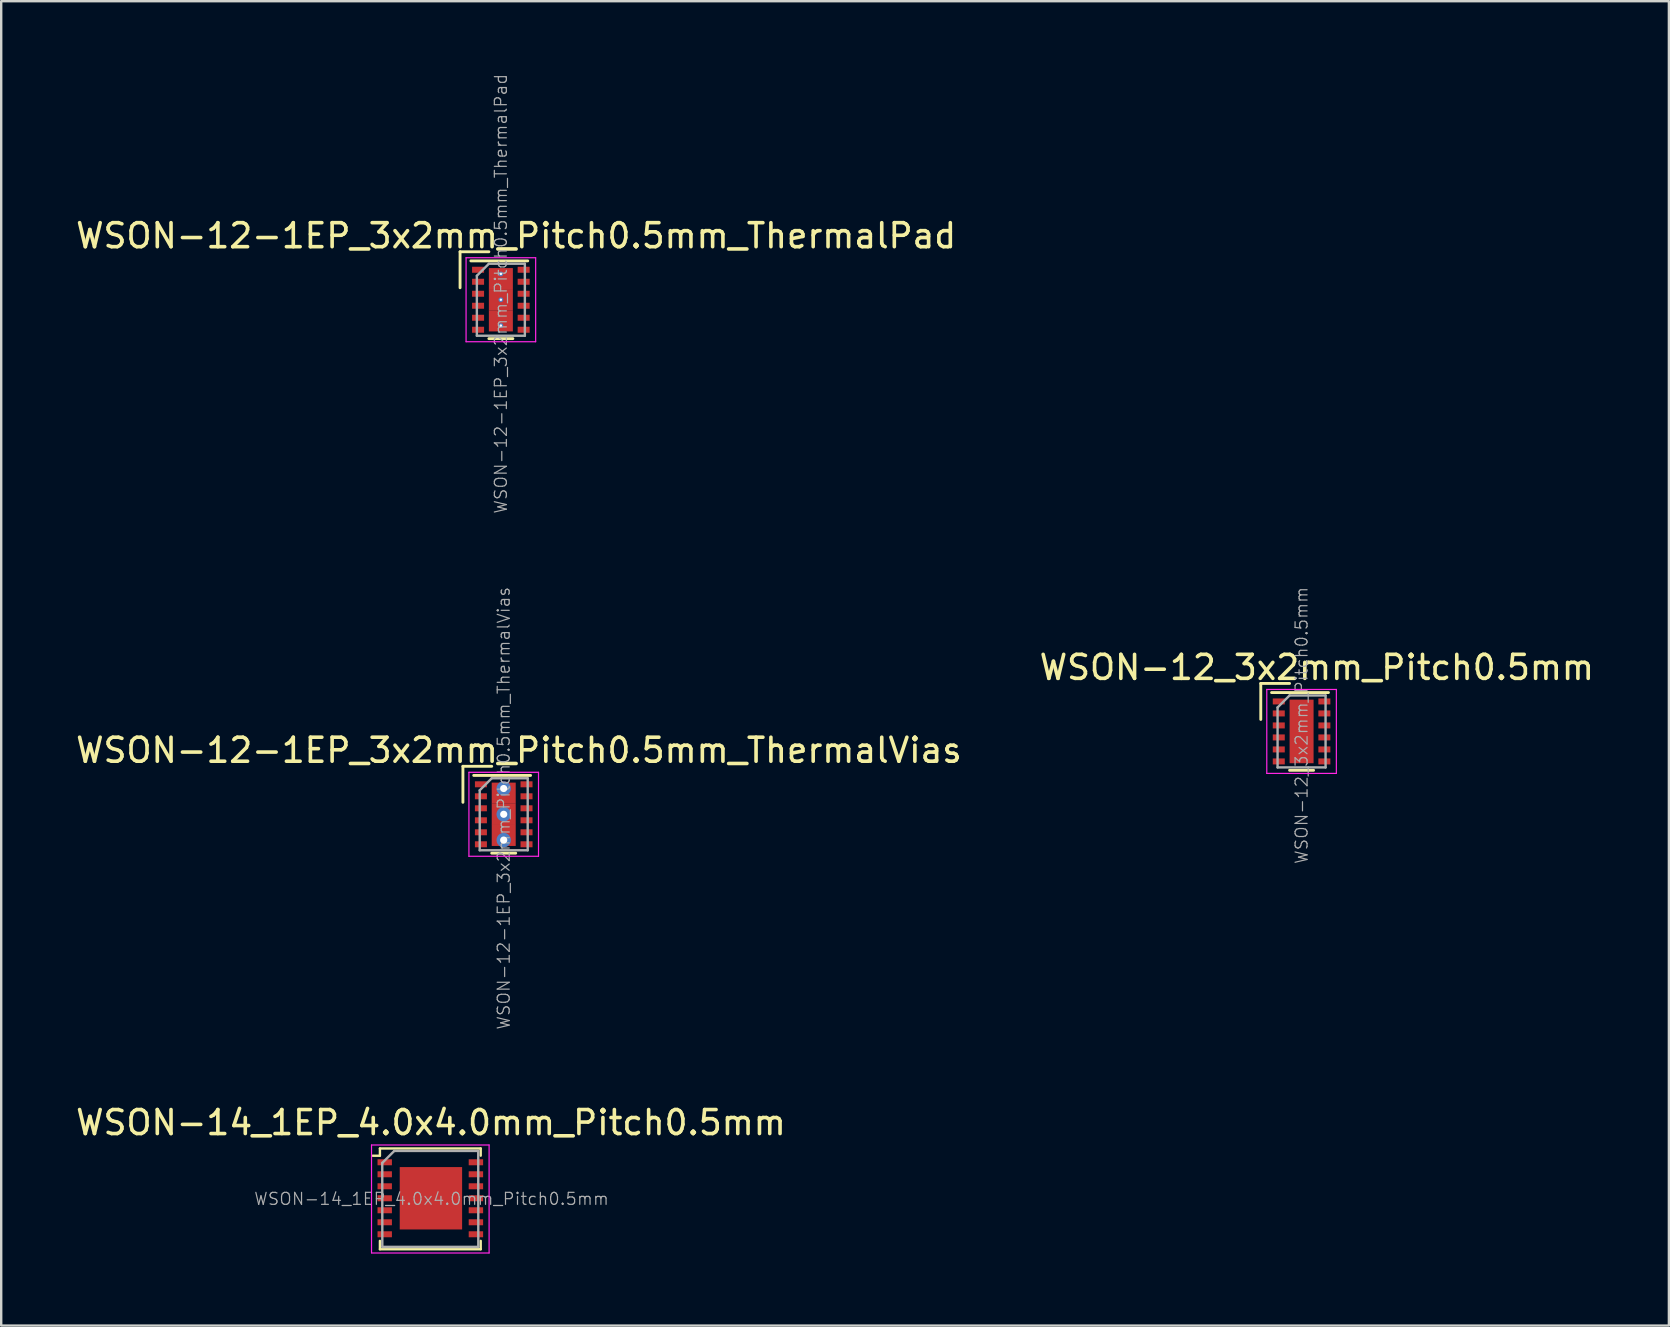
<source format=kicad_pcb>
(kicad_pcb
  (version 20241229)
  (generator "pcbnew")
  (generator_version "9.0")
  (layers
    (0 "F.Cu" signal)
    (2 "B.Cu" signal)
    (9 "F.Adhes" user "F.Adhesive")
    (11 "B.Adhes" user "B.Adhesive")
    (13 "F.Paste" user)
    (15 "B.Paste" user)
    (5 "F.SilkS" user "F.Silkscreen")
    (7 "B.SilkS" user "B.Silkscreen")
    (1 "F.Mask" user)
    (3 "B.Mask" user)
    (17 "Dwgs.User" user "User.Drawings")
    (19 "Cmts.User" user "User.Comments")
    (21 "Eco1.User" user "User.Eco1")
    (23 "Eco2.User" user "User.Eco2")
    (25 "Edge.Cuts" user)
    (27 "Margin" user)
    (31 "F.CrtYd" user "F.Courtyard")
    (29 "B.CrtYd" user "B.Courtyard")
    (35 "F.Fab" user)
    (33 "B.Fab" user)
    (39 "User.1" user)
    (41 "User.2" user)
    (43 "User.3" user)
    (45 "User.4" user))
  (footprint "WSON-12-1EP_3x2mm_Pitch0.5mm_ThermalVias"
    (layer "F.Cu")
    (at 17.942 30.885)
    (property "Reference" "WSON-12-1EP_3x2mm_Pitch0.5mm_ThermalVias" (at 0.635 -2.667 0) (layer "F.SilkS") (effects (font (size 1 1) (thickness 0.15))))
    (attr smd)
    (fp_line (start -1.7 -2) (end -0.5 -2) (stroke (width 0.12) (type solid)) (layer "F.SilkS"))
    (fp_line (start -1.7 -0.5) (end -1.7 -2) (stroke (width 0.12) (type solid)) (layer "F.SilkS"))
    (fp_line (start -1.25 -1.62) (end 1.12 -1.62) (stroke (width 0.12) (type solid)) (layer "F.SilkS"))
    (fp_line (start 0.5 1.62) (end -0.5 1.62) (stroke (width 0.12) (type solid)) (layer "F.SilkS"))
    (fp_line (start -1.45 -1.75) (end 1.45 -1.75) (stroke (width 0.05) (type solid)) (layer "F.CrtYd"))
    (fp_line (start -1.45 1.75) (end -1.45 -1.75) (stroke (width 0.05) (type solid)) (layer "F.CrtYd"))
    (fp_line (start 1.45 -1.75) (end 1.45 1.75) (stroke (width 0.05) (type solid)) (layer "F.CrtYd"))
    (fp_line (start 1.45 1.75) (end -1.45 1.75) (stroke (width 0.05) (type solid)) (layer "F.CrtYd"))
    (fp_line (start -1 -1) (end -0.5 -1.5) (stroke (width 0.1) (type solid)) (layer "F.Fab"))
    (fp_line (start -1 1.5) (end -1 -1) (stroke (width 0.1) (type solid)) (layer "F.Fab"))
    (fp_line (start -0.5 -1.5) (end 1 -1.5) (stroke (width 0.1) (type solid)) (layer "F.Fab"))
    (fp_line (start 1 -1.5) (end 1 1.5) (stroke (width 0.1) (type solid)) (layer "F.Fab"))
    (fp_line (start 1 1.5) (end -1 1.5) (stroke (width 0.1) (type solid)) (layer "F.Fab"))
    (fp_text user "${REFERENCE}" (at 0 -0.25 90) (layer "F.Fab") (effects (font (size 0.5 0.5) (thickness 0.05))))
    (pad "1" smd rect (at -0.95 -1.25) (size 0.5 0.25) (layers "F.Cu" "F.Mask" "F.Paste"))
    (pad "2" smd rect (at -0.95 -0.75) (size 0.5 0.25) (layers "F.Cu" "F.Mask" "F.Paste"))
    (pad "3" smd rect (at -0.95 -0.25) (size 0.5 0.25) (layers "F.Cu" "F.Mask" "F.Paste"))
    (pad "4" smd rect (at -0.95 0.25) (size 0.5 0.25) (layers "F.Cu" "F.Mask" "F.Paste"))
    (pad "5" smd rect (at -0.95 0.75) (size 0.5 0.25) (layers "F.Cu" "F.Mask" "F.Paste"))
    (pad "6" smd rect (at -0.95 1.25) (size 0.5 0.25) (layers "F.Cu" "F.Mask" "F.Paste"))
    (pad "7" smd rect (at 0.95 1.25) (size 0.5 0.25) (layers "F.Cu" "F.Mask" "F.Paste"))
    (pad "8" smd rect (at 0.95 0.75) (size 0.5 0.25) (layers "F.Cu" "F.Mask" "F.Paste"))
    (pad "9" smd rect (at 0.95 0.25) (size 0.5 0.25) (layers "F.Cu" "F.Mask" "F.Paste"))
    (pad "10" smd rect (at 0.95 -0.25) (size 0.5 0.25) (layers "F.Cu" "F.Mask" "F.Paste"))
    (pad "11" smd rect (at 0.95 -0.75) (size 0.5 0.25) (layers "F.Cu" "F.Mask" "F.Paste"))
    (pad "12" smd rect (at 0.95 -1.25) (size 0.5 0.25) (layers "F.Cu" "F.Mask" "F.Paste"))
    (pad "13" thru_hole circle (at 0 -1.075) (size 0.6 0.6) (drill 0.3) (layers "*.Cu" "*.Mask"))
    (pad "13" smd rect (at 0 -0.88) (size 1 0.88) (layers "F.Cu" "F.Mask" "F.Paste"))
    (pad "13" thru_hole circle (at 0 0) (size 0.6 0.6) (drill 0.3) (layers "*.Cu" "*.Mask"))
    (pad "13" smd rect (at 0 0) (size 1 0.89) (layers "F.Cu" "F.Mask" "F.Paste"))
    (pad "13" smd rect (at 0 0.88) (size 1 0.88) (layers "F.Cu" "F.Mask" "F.Paste"))
    (pad "13" thru_hole circle (at 0 1.075) (size 0.6 0.6) (drill 0.3) (layers "*.Cu" "*.Mask")))
  (footprint "WSON-12_3x2mm_Pitch0.5mm"
    (layer "F.Cu")
    (at 51.192 27.432)
    (property "Reference" "WSON-12_3x2mm_Pitch0.5mm" (at 0.635 -2.667 0) (layer "F.SilkS") (effects (font (size 1 1) (thickness 0.15))))
    (attr smd)
    (fp_line (start -1.7 -2) (end -0.5 -2) (stroke (width 0.12) (type solid)) (layer "F.SilkS"))
    (fp_line (start -1.7 -0.5) (end -1.7 -2) (stroke (width 0.12) (type solid)) (layer "F.SilkS"))
    (fp_line (start -1.25 -1.62) (end 1.12 -1.62) (stroke (width 0.12) (type solid)) (layer "F.SilkS"))
    (fp_line (start 0.5 1.62) (end -0.5 1.62) (stroke (width 0.12) (type solid)) (layer "F.SilkS"))
    (fp_line (start -1.45 -1.75) (end 1.45 -1.75) (stroke (width 0.05) (type solid)) (layer "F.CrtYd"))
    (fp_line (start -1.45 1.75) (end -1.45 -1.75) (stroke (width 0.05) (type solid)) (layer "F.CrtYd"))
    (fp_line (start 1.45 -1.75) (end 1.45 1.75) (stroke (width 0.05) (type solid)) (layer "F.CrtYd"))
    (fp_line (start 1.45 1.75) (end -1.45 1.75) (stroke (width 0.05) (type solid)) (layer "F.CrtYd"))
    (fp_line (start -1 -1) (end -0.5 -1.5) (stroke (width 0.1) (type solid)) (layer "F.Fab"))
    (fp_line (start -1 1.5) (end -1 -1) (stroke (width 0.1) (type solid)) (layer "F.Fab"))
    (fp_line (start -0.5 -1.5) (end 1 -1.5) (stroke (width 0.1) (type solid)) (layer "F.Fab"))
    (fp_line (start 1 -1.5) (end 1 1.5) (stroke (width 0.1) (type solid)) (layer "F.Fab"))
    (fp_line (start 1 1.5) (end -1 1.5) (stroke (width 0.1) (type solid)) (layer "F.Fab"))
    (fp_text user "${REFERENCE}" (at 0 -0.25 90) (layer "F.Fab") (effects (font (size 0.5 0.5) (thickness 0.05))))
    (pad "1" smd rect (at -0.95 -1.25) (size 0.5 0.25) (layers "F.Cu" "F.Mask" "F.Paste"))
    (pad "2" smd rect (at -0.95 -0.75) (size 0.5 0.25) (layers "F.Cu" "F.Mask" "F.Paste"))
    (pad "3" smd rect (at -0.95 -0.25) (size 0.5 0.25) (layers "F.Cu" "F.Mask" "F.Paste"))
    (pad "4" smd rect (at -0.95 0.25) (size 0.5 0.25) (layers "F.Cu" "F.Mask" "F.Paste"))
    (pad "5" smd rect (at -0.95 0.75) (size 0.5 0.25) (layers "F.Cu" "F.Mask" "F.Paste"))
    (pad "6" smd rect (at -0.95 1.25) (size 0.5 0.25) (layers "F.Cu" "F.Mask" "F.Paste"))
    (pad "7" smd rect (at 0.95 1.25) (size 0.5 0.25) (layers "F.Cu" "F.Mask" "F.Paste"))
    (pad "8" smd rect (at 0.95 0.75) (size 0.5 0.25) (layers "F.Cu" "F.Mask" "F.Paste"))
    (pad "9" smd rect (at 0.95 0.25) (size 0.5 0.25) (layers "F.Cu" "F.Mask" "F.Paste"))
    (pad "10" smd rect (at 0.95 -0.25) (size 0.5 0.25) (layers "F.Cu" "F.Mask" "F.Paste"))
    (pad "11" smd rect (at 0.95 -0.75) (size 0.5 0.25) (layers "F.Cu" "F.Mask" "F.Paste"))
    (pad "12" smd rect (at 0.95 -1.25) (size 0.5 0.25) (layers "F.Cu" "F.Mask" "F.Paste"))
    (pad "13" smd rect (at 0 0) (size 1 2.65) (layers "F.Cu" "F.Mask" "F.Paste")))
  (footprint "WSON-12-1EP_3x2mm_Pitch0.5mm_ThermalPad"
    (layer "F.Cu")
    (at 17.823 9.442)
    (property "Reference" "WSON-12-1EP_3x2mm_Pitch0.5mm_ThermalPad" (at 0.635 -2.667 0) (layer "F.SilkS") (effects (font (size 1 1) (thickness 0.15))))
    (attr smd)
    (fp_line (start -1.7 -2) (end -0.5 -2) (stroke (width 0.12) (type solid)) (layer "F.SilkS"))
    (fp_line (start -1.7 -0.5) (end -1.7 -2) (stroke (width 0.12) (type solid)) (layer "F.SilkS"))
    (fp_line (start -1.25 -1.62) (end 1.12 -1.62) (stroke (width 0.12) (type solid)) (layer "F.SilkS"))
    (fp_line (start 0.5 1.62) (end -0.5 1.62) (stroke (width 0.12) (type solid)) (layer "F.SilkS"))
    (fp_line (start -1.45 -1.75) (end 1.45 -1.75) (stroke (width 0.05) (type solid)) (layer "F.CrtYd"))
    (fp_line (start -1.45 1.75) (end -1.45 -1.75) (stroke (width 0.05) (type solid)) (layer "F.CrtYd"))
    (fp_line (start 1.45 -1.75) (end 1.45 1.75) (stroke (width 0.05) (type solid)) (layer "F.CrtYd"))
    (fp_line (start 1.45 1.75) (end -1.45 1.75) (stroke (width 0.05) (type solid)) (layer "F.CrtYd"))
    (fp_line (start -1 -1) (end -0.5 -1.5) (stroke (width 0.1) (type solid)) (layer "F.Fab"))
    (fp_line (start -1 1.5) (end -1 -1) (stroke (width 0.1) (type solid)) (layer "F.Fab"))
    (fp_line (start -0.5 -1.5) (end 1 -1.5) (stroke (width 0.1) (type solid)) (layer "F.Fab"))
    (fp_line (start 1 -1.5) (end 1 1.5) (stroke (width 0.1) (type solid)) (layer "F.Fab"))
    (fp_line (start 1 1.5) (end -1 1.5) (stroke (width 0.1) (type solid)) (layer "F.Fab"))
    (fp_text user "${REFERENCE}" (at 0 -0.25 90) (layer "F.Fab") (effects (font (size 0.5 0.5) (thickness 0.05))))
    (pad "1" smd rect (at -0.95 -1.25) (size 0.5 0.25) (layers "F.Cu" "F.Mask" "F.Paste"))
    (pad "2" smd rect (at -0.95 -0.75) (size 0.5 0.25) (layers "F.Cu" "F.Mask" "F.Paste"))
    (pad "3" smd rect (at -0.95 -0.25) (size 0.5 0.25) (layers "F.Cu" "F.Mask" "F.Paste"))
    (pad "4" smd rect (at -0.95 0.25) (size 0.5 0.25) (layers "F.Cu" "F.Mask" "F.Paste"))
    (pad "5" smd rect (at -0.95 0.75) (size 0.5 0.25) (layers "F.Cu" "F.Mask" "F.Paste"))
    (pad "6" smd rect (at -0.95 1.25) (size 0.5 0.25) (layers "F.Cu" "F.Mask" "F.Paste"))
    (pad "7" smd rect (at 0.95 1.25) (size 0.5 0.25) (layers "F.Cu" "F.Mask" "F.Paste"))
    (pad "8" smd rect (at 0.95 0.75) (size 0.5 0.25) (layers "F.Cu" "F.Mask" "F.Paste"))
    (pad "9" smd rect (at 0.95 0.25) (size 0.5 0.25) (layers "F.Cu" "F.Mask" "F.Paste"))
    (pad "10" smd rect (at 0.95 -0.25) (size 0.5 0.25) (layers "F.Cu" "F.Mask" "F.Paste"))
    (pad "11" smd rect (at 0.95 -0.75) (size 0.5 0.25) (layers "F.Cu" "F.Mask" "F.Paste"))
    (pad "12" smd rect (at 0.95 -1.25) (size 0.5 0.25) (layers "F.Cu" "F.Mask" "F.Paste"))
    (pad "13" thru_hole circle (at 0 -1.075) (size 0.2 0.2) (drill 0.1) (layers "*.Cu" "*.Mask"))
    (pad "13" smd rect (at 0 -0.88) (size 1 0.88) (layers "F.Cu" "F.Mask" "F.Paste"))
    (pad "13" thru_hole circle (at 0 0) (size 0.2 0.2) (drill 0.1) (layers "*.Cu" "*.Mask"))
    (pad "13" smd rect (at 0 0) (size 1 0.89) (layers "F.Cu" "F.Mask" "F.Paste"))
    (pad "13" smd rect (at 0 0.88) (size 1 0.88) (layers "F.Cu" "F.Mask" "F.Paste"))
    (pad "13" thru_hole circle (at 0 1.075) (size 0.2 0.2) (drill 0.1) (layers "*.Cu" "*.Mask")))
  (footprint "WSON-14_1EP_4.0x4.0mm_Pitch0.5mm"
    (layer "F.Cu")
    (at 14.883 46.887)
    (property "Reference" "WSON-14_1EP_4.0x4.0mm_Pitch0.5mm" (at 0.027 -3.153 0) (layer "F.SilkS") (effects (font (size 1 1) (thickness 0.15))))
    (attr smd)
    (fp_line (start -2.403 -1.773) (end -2.103 -1.773) (stroke (width 0.1) (type solid)) (layer "F.SilkS"))
    (fp_line (start -2.1 -2.075) (end -2.1 -1.775) (stroke (width 0.1) (type solid)) (layer "F.SilkS"))
    (fp_line (start -2.1 2.125) (end -2.1 1.775) (stroke (width 0.1) (type solid)) (layer "F.SilkS"))
    (fp_line (start 2.1 -2.075) (end -2.1 -2.075) (stroke (width 0.1) (type solid)) (layer "F.SilkS"))
    (fp_line (start 2.1 -2.075) (end 2.1 -1.775) (stroke (width 0.1) (type solid)) (layer "F.SilkS"))
    (fp_line (start 2.1 1.775) (end 2.1 2.125) (stroke (width 0.1) (type solid)) (layer "F.SilkS"))
    (fp_line (start 2.1 2.125) (end -2.1 2.125) (stroke (width 0.1) (type solid)) (layer "F.SilkS"))
    (fp_line (start -2.45 -2.22) (end 2.45 -2.22) (stroke (width 0.05) (type solid)) (layer "F.CrtYd"))
    (fp_line (start -2.45 2.28) (end -2.45 -2.22) (stroke (width 0.05) (type solid)) (layer "F.CrtYd"))
    (fp_line (start 2.45 -2.22) (end 2.45 2.28) (stroke (width 0.05) (type solid)) (layer "F.CrtYd"))
    (fp_line (start 2.45 2.28) (end -2.44 2.28) (stroke (width 0.05) (type solid)) (layer "F.CrtYd"))
    (fp_line (start -2.003 -1.473) (end -2 2.025) (stroke (width 0.1) (type solid)) (layer "F.Fab"))
    (fp_line (start -2 -1.475) (end -1.5 -1.975) (stroke (width 0.1) (type solid)) (layer "F.Fab"))
    (fp_line (start -2 2.025) (end 2 2.025) (stroke (width 0.1) (type solid)) (layer "F.Fab"))
    (fp_line (start 1.997 -1.973) (end -1.503 -1.973) (stroke (width 0.1) (type solid)) (layer "F.Fab"))
    (fp_line (start 2 2.025) (end 1.997 -1.973) (stroke (width 0.1) (type solid)) (layer "F.Fab"))
    (fp_text user "${REFERENCE}" (at 0.05 0.025 0) (layer "F.Fab") (effects (font (size 0.5 0.5) (thickness 0.05))))
    (pad "1" smd rect (at -1.9 -1.5 270) (size 0.25 0.6) (layers "F.Cu" "F.Mask" "F.Paste"))
    (pad "2" smd rect (at -1.9 -1 270) (size 0.25 0.6) (layers "F.Cu" "F.Mask" "F.Paste"))
    (pad "3" smd rect (at -1.9 -0.5 270) (size 0.25 0.6) (layers "F.Cu" "F.Mask" "F.Paste"))
    (pad "4" smd rect (at -1.9 0 270) (size 0.25 0.6) (layers "F.Cu" "F.Mask" "F.Paste"))
    (pad "5" smd rect (at -1.9 0.5 270) (size 0.25 0.6) (layers "F.Cu" "F.Mask" "F.Paste"))
    (pad "6" smd rect (at -1.9 1 270) (size 0.25 0.6) (layers "F.Cu" "F.Mask" "F.Paste"))
    (pad "7" smd rect (at -1.9 1.5 270) (size 0.25 0.6) (layers "F.Cu" "F.Mask" "F.Paste"))
    (pad "8" smd rect (at 1.9 1.5 270) (size 0.25 0.6) (layers "F.Cu" "F.Mask" "F.Paste"))
    (pad "9" smd rect (at 1.9 1 270) (size 0.25 0.6) (layers "F.Cu" "F.Mask" "F.Paste"))
    (pad "10" smd rect (at 1.9 0.5 270) (size 0.25 0.6) (layers "F.Cu" "F.Mask" "F.Paste"))
    (pad "11" smd rect (at 1.9 0 270) (size 0.25 0.6) (layers "F.Cu" "F.Mask" "F.Paste"))
    (pad "12" smd rect (at 1.9 -0.5 270) (size 0.25 0.6) (layers "F.Cu" "F.Mask" "F.Paste"))
    (pad "13" smd rect (at 1.9 -1 270) (size 0.25 0.6) (layers "F.Cu" "F.Mask" "F.Paste"))
    (pad "14" smd rect (at 1.9 -1.5 270) (size 0.25 0.6) (layers "F.Cu" "F.Mask" "F.Paste"))
    (pad "15" smd rect (at 0.025 0 270) (size 2.6 2.6) (layers "F.Cu" "F.Mask" "F.Paste")))
  (gr_rect
    (start -3 -3)
    (end 66.5 52.192)
    (stroke (width 0.1) (type default))
    (fill no)
    (layer "Edge.Cuts")))
</source>
